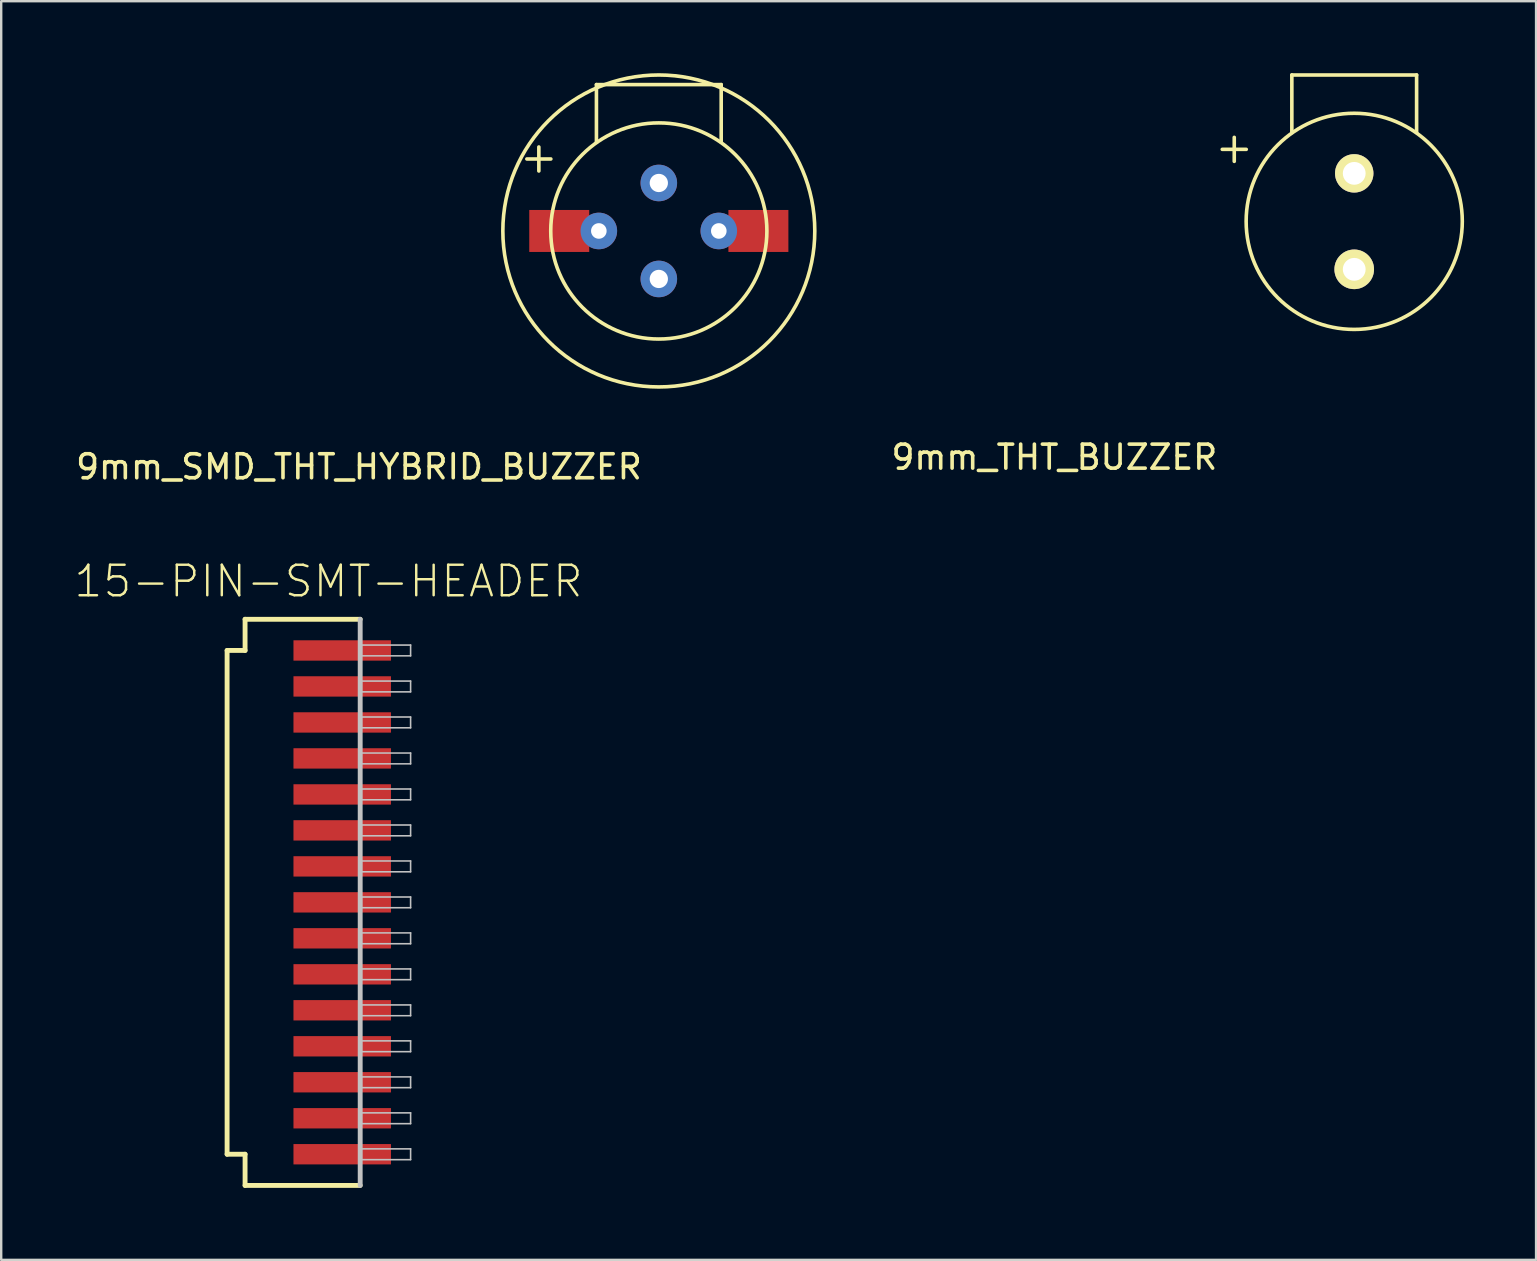
<source format=kicad_pcb>
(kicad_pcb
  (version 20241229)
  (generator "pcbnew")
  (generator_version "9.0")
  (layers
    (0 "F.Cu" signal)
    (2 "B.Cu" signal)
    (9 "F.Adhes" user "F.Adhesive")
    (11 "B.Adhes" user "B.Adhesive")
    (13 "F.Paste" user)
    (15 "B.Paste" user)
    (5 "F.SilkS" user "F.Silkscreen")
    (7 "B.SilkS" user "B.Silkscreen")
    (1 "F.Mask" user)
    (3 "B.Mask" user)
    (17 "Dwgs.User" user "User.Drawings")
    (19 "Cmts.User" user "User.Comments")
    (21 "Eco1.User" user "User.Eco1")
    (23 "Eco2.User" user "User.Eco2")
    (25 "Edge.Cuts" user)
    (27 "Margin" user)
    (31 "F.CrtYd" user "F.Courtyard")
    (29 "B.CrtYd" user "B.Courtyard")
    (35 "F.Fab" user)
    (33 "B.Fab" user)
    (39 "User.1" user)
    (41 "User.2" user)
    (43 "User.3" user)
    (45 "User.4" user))
  (footprint "15-PIN-SMT-HEADER"
    (layer "F.Cu")
    (at 11.213 34.558)
    (property "Reference" "15-PIN-SMT-HEADER" (at -0.574 -13.383 0) (layer "F.SilkS") (effects (font (size 1.27 1.27) (thickness 0.102))))
    (attr smd)
    (fp_line (start -4.798 -10.498) (end -4.049 -10.498) (stroke (width 0.203) (type solid)) (layer "F.SilkS"))
    (fp_line (start -4.798 10.498) (end -4.798 -10.498) (stroke (width 0.203) (type solid)) (layer "F.SilkS"))
    (fp_line (start -4.049 -11.798) (end 0.749 -11.798) (stroke (width 0.203) (type solid)) (layer "F.SilkS"))
    (fp_line (start -4.049 -10.498) (end -4.049 -11.798) (stroke (width 0.203) (type solid)) (layer "F.SilkS"))
    (fp_line (start -4.049 10.498) (end -4.798 10.498) (stroke (width 0.203) (type solid)) (layer "F.SilkS"))
    (fp_line (start -4.049 11.798) (end -4.049 10.498) (stroke (width 0.203) (type solid)) (layer "F.SilkS"))
    (fp_line (start 0.749 11.798) (end -4.049 11.798) (stroke (width 0.203) (type solid)) (layer "F.SilkS"))
    (fp_line (start 0.749 -11.798) (end 0.749 11.798) (stroke (width 0.203) (type solid)) (layer "Dwgs.User"))
    (fp_line (start 0.798 -10.724) (end 2.85 -10.724) (stroke (width 0.066) (type solid)) (layer "Dwgs.User"))
    (fp_line (start 0.798 -10.274) (end 0.798 -10.724) (stroke (width 0.066) (type solid)) (layer "Dwgs.User"))
    (fp_line (start 0.798 -10.274) (end 2.85 -10.274) (stroke (width 0.066) (type solid)) (layer "Dwgs.User"))
    (fp_line (start 0.798 -9.223) (end 2.85 -9.223) (stroke (width 0.066) (type solid)) (layer "Dwgs.User"))
    (fp_line (start 0.798 -8.773) (end 0.798 -9.223) (stroke (width 0.066) (type solid)) (layer "Dwgs.User"))
    (fp_line (start 0.798 -8.773) (end 2.85 -8.773) (stroke (width 0.066) (type solid)) (layer "Dwgs.User"))
    (fp_line (start 0.798 -7.724) (end 2.85 -7.724) (stroke (width 0.066) (type solid)) (layer "Dwgs.User"))
    (fp_line (start 0.798 -7.275) (end 0.798 -7.724) (stroke (width 0.066) (type solid)) (layer "Dwgs.User"))
    (fp_line (start 0.798 -7.275) (end 2.85 -7.275) (stroke (width 0.066) (type solid)) (layer "Dwgs.User"))
    (fp_line (start 0.798 -6.223) (end 2.85 -6.223) (stroke (width 0.066) (type solid)) (layer "Dwgs.User"))
    (fp_line (start 0.798 -5.773) (end 0.798 -6.223) (stroke (width 0.066) (type solid)) (layer "Dwgs.User"))
    (fp_line (start 0.798 -5.773) (end 2.85 -5.773) (stroke (width 0.066) (type solid)) (layer "Dwgs.User"))
    (fp_line (start 0.798 -4.724) (end 2.85 -4.724) (stroke (width 0.066) (type solid)) (layer "Dwgs.User"))
    (fp_line (start 0.798 -4.275) (end 0.798 -4.724) (stroke (width 0.066) (type solid)) (layer "Dwgs.User"))
    (fp_line (start 0.798 -4.275) (end 2.85 -4.275) (stroke (width 0.066) (type solid)) (layer "Dwgs.User"))
    (fp_line (start 0.798 -3.223) (end 2.85 -3.223) (stroke (width 0.066) (type solid)) (layer "Dwgs.User"))
    (fp_line (start 0.798 -2.774) (end 0.798 -3.223) (stroke (width 0.066) (type solid)) (layer "Dwgs.User"))
    (fp_line (start 0.798 -2.774) (end 2.85 -2.774) (stroke (width 0.066) (type solid)) (layer "Dwgs.User"))
    (fp_line (start 0.798 -1.725) (end 2.85 -1.725) (stroke (width 0.066) (type solid)) (layer "Dwgs.User"))
    (fp_line (start 0.798 -1.273) (end 0.798 -1.725) (stroke (width 0.066) (type solid)) (layer "Dwgs.User"))
    (fp_line (start 0.798 -1.273) (end 2.85 -1.273) (stroke (width 0.066) (type solid)) (layer "Dwgs.User"))
    (fp_line (start 0.798 -0.224) (end 2.85 -0.224) (stroke (width 0.066) (type solid)) (layer "Dwgs.User"))
    (fp_line (start 0.798 0.224) (end 0.798 -0.224) (stroke (width 0.066) (type solid)) (layer "Dwgs.User"))
    (fp_line (start 0.798 0.224) (end 2.85 0.224) (stroke (width 0.066) (type solid)) (layer "Dwgs.User"))
    (fp_line (start 0.798 1.273) (end 2.85 1.273) (stroke (width 0.066) (type solid)) (layer "Dwgs.User"))
    (fp_line (start 0.798 1.725) (end 0.798 1.273) (stroke (width 0.066) (type solid)) (layer "Dwgs.User"))
    (fp_line (start 0.798 1.725) (end 2.85 1.725) (stroke (width 0.066) (type solid)) (layer "Dwgs.User"))
    (fp_line (start 0.798 2.774) (end 2.85 2.774) (stroke (width 0.066) (type solid)) (layer "Dwgs.User"))
    (fp_line (start 0.798 3.223) (end 0.798 2.774) (stroke (width 0.066) (type solid)) (layer "Dwgs.User"))
    (fp_line (start 0.798 3.223) (end 2.85 3.223) (stroke (width 0.066) (type solid)) (layer "Dwgs.User"))
    (fp_line (start 0.798 4.275) (end 2.85 4.275) (stroke (width 0.066) (type solid)) (layer "Dwgs.User"))
    (fp_line (start 0.798 4.724) (end 0.798 4.275) (stroke (width 0.066) (type solid)) (layer "Dwgs.User"))
    (fp_line (start 0.798 4.724) (end 2.85 4.724) (stroke (width 0.066) (type solid)) (layer "Dwgs.User"))
    (fp_line (start 0.798 5.773) (end 2.85 5.773) (stroke (width 0.066) (type solid)) (layer "Dwgs.User"))
    (fp_line (start 0.798 6.223) (end 0.798 5.773) (stroke (width 0.066) (type solid)) (layer "Dwgs.User"))
    (fp_line (start 0.798 6.223) (end 2.85 6.223) (stroke (width 0.066) (type solid)) (layer "Dwgs.User"))
    (fp_line (start 0.798 7.275) (end 2.85 7.275) (stroke (width 0.066) (type solid)) (layer "Dwgs.User"))
    (fp_line (start 0.798 7.724) (end 0.798 7.275) (stroke (width 0.066) (type solid)) (layer "Dwgs.User"))
    (fp_line (start 0.798 7.724) (end 2.85 7.724) (stroke (width 0.066) (type solid)) (layer "Dwgs.User"))
    (fp_line (start 0.798 8.773) (end 2.85 8.773) (stroke (width 0.066) (type solid)) (layer "Dwgs.User"))
    (fp_line (start 0.798 9.223) (end 0.798 8.773) (stroke (width 0.066) (type solid)) (layer "Dwgs.User"))
    (fp_line (start 0.798 9.223) (end 2.85 9.223) (stroke (width 0.066) (type solid)) (layer "Dwgs.User"))
    (fp_line (start 0.798 10.274) (end 2.85 10.274) (stroke (width 0.066) (type solid)) (layer "Dwgs.User"))
    (fp_line (start 0.798 10.724) (end 0.798 10.274) (stroke (width 0.066) (type solid)) (layer "Dwgs.User"))
    (fp_line (start 0.798 10.724) (end 2.85 10.724) (stroke (width 0.066) (type solid)) (layer "Dwgs.User"))
    (fp_line (start 2.85 -10.274) (end 2.85 -10.724) (stroke (width 0.066) (type solid)) (layer "Dwgs.User"))
    (fp_line (start 2.85 -8.773) (end 2.85 -9.223) (stroke (width 0.066) (type solid)) (layer "Dwgs.User"))
    (fp_line (start 2.85 -7.275) (end 2.85 -7.724) (stroke (width 0.066) (type solid)) (layer "Dwgs.User"))
    (fp_line (start 2.85 -5.773) (end 2.85 -6.223) (stroke (width 0.066) (type solid)) (layer "Dwgs.User"))
    (fp_line (start 2.85 -4.275) (end 2.85 -4.724) (stroke (width 0.066) (type solid)) (layer "Dwgs.User"))
    (fp_line (start 2.85 -2.774) (end 2.85 -3.223) (stroke (width 0.066) (type solid)) (layer "Dwgs.User"))
    (fp_line (start 2.85 -1.273) (end 2.85 -1.725) (stroke (width 0.066) (type solid)) (layer "Dwgs.User"))
    (fp_line (start 2.85 0.224) (end 2.85 -0.224) (stroke (width 0.066) (type solid)) (layer "Dwgs.User"))
    (fp_line (start 2.85 1.725) (end 2.85 1.273) (stroke (width 0.066) (type solid)) (layer "Dwgs.User"))
    (fp_line (start 2.85 3.223) (end 2.85 2.774) (stroke (width 0.066) (type solid)) (layer "Dwgs.User"))
    (fp_line (start 2.85 4.724) (end 2.85 4.275) (stroke (width 0.066) (type solid)) (layer "Dwgs.User"))
    (fp_line (start 2.85 6.223) (end 2.85 5.773) (stroke (width 0.066) (type solid)) (layer "Dwgs.User"))
    (fp_line (start 2.85 7.724) (end 2.85 7.275) (stroke (width 0.066) (type solid)) (layer "Dwgs.User"))
    (fp_line (start 2.85 9.223) (end 2.85 8.773) (stroke (width 0.066) (type solid)) (layer "Dwgs.User"))
    (fp_line (start 2.85 10.724) (end 2.85 10.274) (stroke (width 0.066) (type solid)) (layer "Dwgs.User"))
    (pad "1" smd rect (at 0 -10.498) (size 4.064 0.848) (layers "F.Cu" "F.Mask" "F.Paste"))
    (pad "2" smd rect (at 0 -8.999) (size 4.064 0.848) (layers "F.Cu" "F.Mask" "F.Paste"))
    (pad "3" smd rect (at 0 -7.498) (size 4.064 0.848) (layers "F.Cu" "F.Mask" "F.Paste"))
    (pad "4" smd rect (at 0 -5.999) (size 4.064 0.848) (layers "F.Cu" "F.Mask" "F.Paste"))
    (pad "5" smd rect (at 0 -4.498) (size 4.064 0.848) (layers "F.Cu" "F.Mask" "F.Paste"))
    (pad "6" smd rect (at 0 -3) (size 4.064 0.848) (layers "F.Cu" "F.Mask" "F.Paste"))
    (pad "7" smd rect (at 0 -1.499) (size 4.064 0.848) (layers "F.Cu" "F.Mask" "F.Paste"))
    (pad "8" smd rect (at 0 0) (size 4.064 0.848) (layers "F.Cu" "F.Mask" "F.Paste"))
    (pad "9" smd rect (at 0 1.499) (size 4.064 0.848) (layers "F.Cu" "F.Mask" "F.Paste"))
    (pad "10" smd rect (at 0 3) (size 4.064 0.848) (layers "F.Cu" "F.Mask" "F.Paste"))
    (pad "11" smd rect (at 0 4.498) (size 4.064 0.848) (layers "F.Cu" "F.Mask" "F.Paste"))
    (pad "12" smd rect (at 0 5.999) (size 4.064 0.848) (layers "F.Cu" "F.Mask" "F.Paste"))
    (pad "13" smd rect (at 0 7.498) (size 4.064 0.848) (layers "F.Cu" "F.Mask" "F.Paste"))
    (pad "14" smd rect (at 0 8.999) (size 4.064 0.848) (layers "F.Cu" "F.Mask" "F.Paste"))
    (pad "15" smd rect (at 0 10.498) (size 4.064 0.848) (layers "F.Cu" "F.Mask" "F.Paste")))
  (footprint "9mm_SMD_THT_HYBRID_BUZZER"
    (layer "F.Cu")
    (at 24.408 6.576)
    (property "Reference" "9mm_SMD_THT_HYBRID_BUZZER" (at -12.497 9.83 0) (layer "F.SilkS") (effects (font (size 1 1) (thickness 0.15))))
    (attr through_hole)
    (fp_line (start -5.5 -3) (end -4.5 -3) (stroke (width 0.15) (type solid)) (layer "F.SilkS"))
    (fp_line (start -5 -3.5) (end -5 -2.5) (stroke (width 0.15) (type solid)) (layer "F.SilkS"))
    (fp_line (start -2.6 -6.1) (end 2.6 -6.1) (stroke (width 0.15) (type solid)) (layer "F.SilkS"))
    (fp_line (start -2.6 -3.7) (end -2.6 -6.1) (stroke (width 0.15) (type solid)) (layer "F.SilkS"))
    (fp_line (start 2.6 -6.1) (end 2.6 -3.7) (stroke (width 0.15) (type solid)) (layer "F.SilkS"))
    (fp_circle (center 0 0) (end 4.5 0.2) (stroke (width 0.15) (type solid)) (fill no) (layer "F.SilkS"))
    (fp_circle (center 0 0) (end 6.5 -0.1) (stroke (width 0.15) (type solid)) (fill no) (layer "F.SilkS"))
    (pad "1" smd rect (at -4.15 0) (size 2.5 1.75) (layers "F.Cu" "F.Mask" "F.Paste"))
    (pad "1" thru_hole circle (at -2.5 0) (size 1.524 1.524) (drill 0.65) (layers "*.Cu" "*.Mask"))
    (pad "1" thru_hole circle (at 0 -2) (size 1.524 1.524) (drill 0.762) (layers "*.Cu" "*.Mask"))
    (pad "2" thru_hole circle (at 0 2) (size 1.524 1.524) (drill 0.762) (layers "*.Cu" "*.Mask"))
    (pad "2" thru_hole circle (at 2.5 0) (size 1.524 1.524) (drill 0.65) (layers "*.Cu" "*.Mask"))
    (pad "2" smd rect (at 4.15 0) (size 2.5 1.75) (layers "F.Cu" "F.Mask" "F.Paste")))
  (footprint "9mm_THT_BUZZER"
    (layer "F.Cu")
    (at 53.391 6.175)
    (property "Reference" "9mm_THT_BUZZER" (at -12.497 9.83 0) (layer "F.SilkS") (effects (font (size 1 1) (thickness 0.15))))
    (attr through_hole)
    (fp_line (start -5.5 -3) (end -4.5 -3) (stroke (width 0.15) (type solid)) (layer "F.SilkS"))
    (fp_line (start -5 -3.5) (end -5 -2.5) (stroke (width 0.15) (type solid)) (layer "F.SilkS"))
    (fp_line (start -2.6 -6.1) (end 2.6 -6.1) (stroke (width 0.15) (type solid)) (layer "F.SilkS"))
    (fp_line (start -2.6 -3.7) (end -2.6 -6.1) (stroke (width 0.15) (type solid)) (layer "F.SilkS"))
    (fp_line (start 2.6 -6.1) (end 2.6 -3.7) (stroke (width 0.15) (type solid)) (layer "F.SilkS"))
    (fp_circle (center 0 0) (end 4.5 0.2) (stroke (width 0.15) (type solid)) (fill no) (layer "F.SilkS"))
    (pad "1" thru_hole circle (at 0 -2) (size 1.6 1.6) (drill 0.95) (layers "*.Cu" "*.Mask" "F.SilkS"))
    (pad "2" thru_hole circle (at 0 2) (size 1.65 1.65) (drill 0.95) (layers "*.Cu" "*.Mask" "F.SilkS")))
  (gr_rect
    (start -3 -3)
    (end 60.97 49.458)
    (stroke (width 0.1) (type default))
    (fill no)
    (layer "Edge.Cuts")))
</source>
